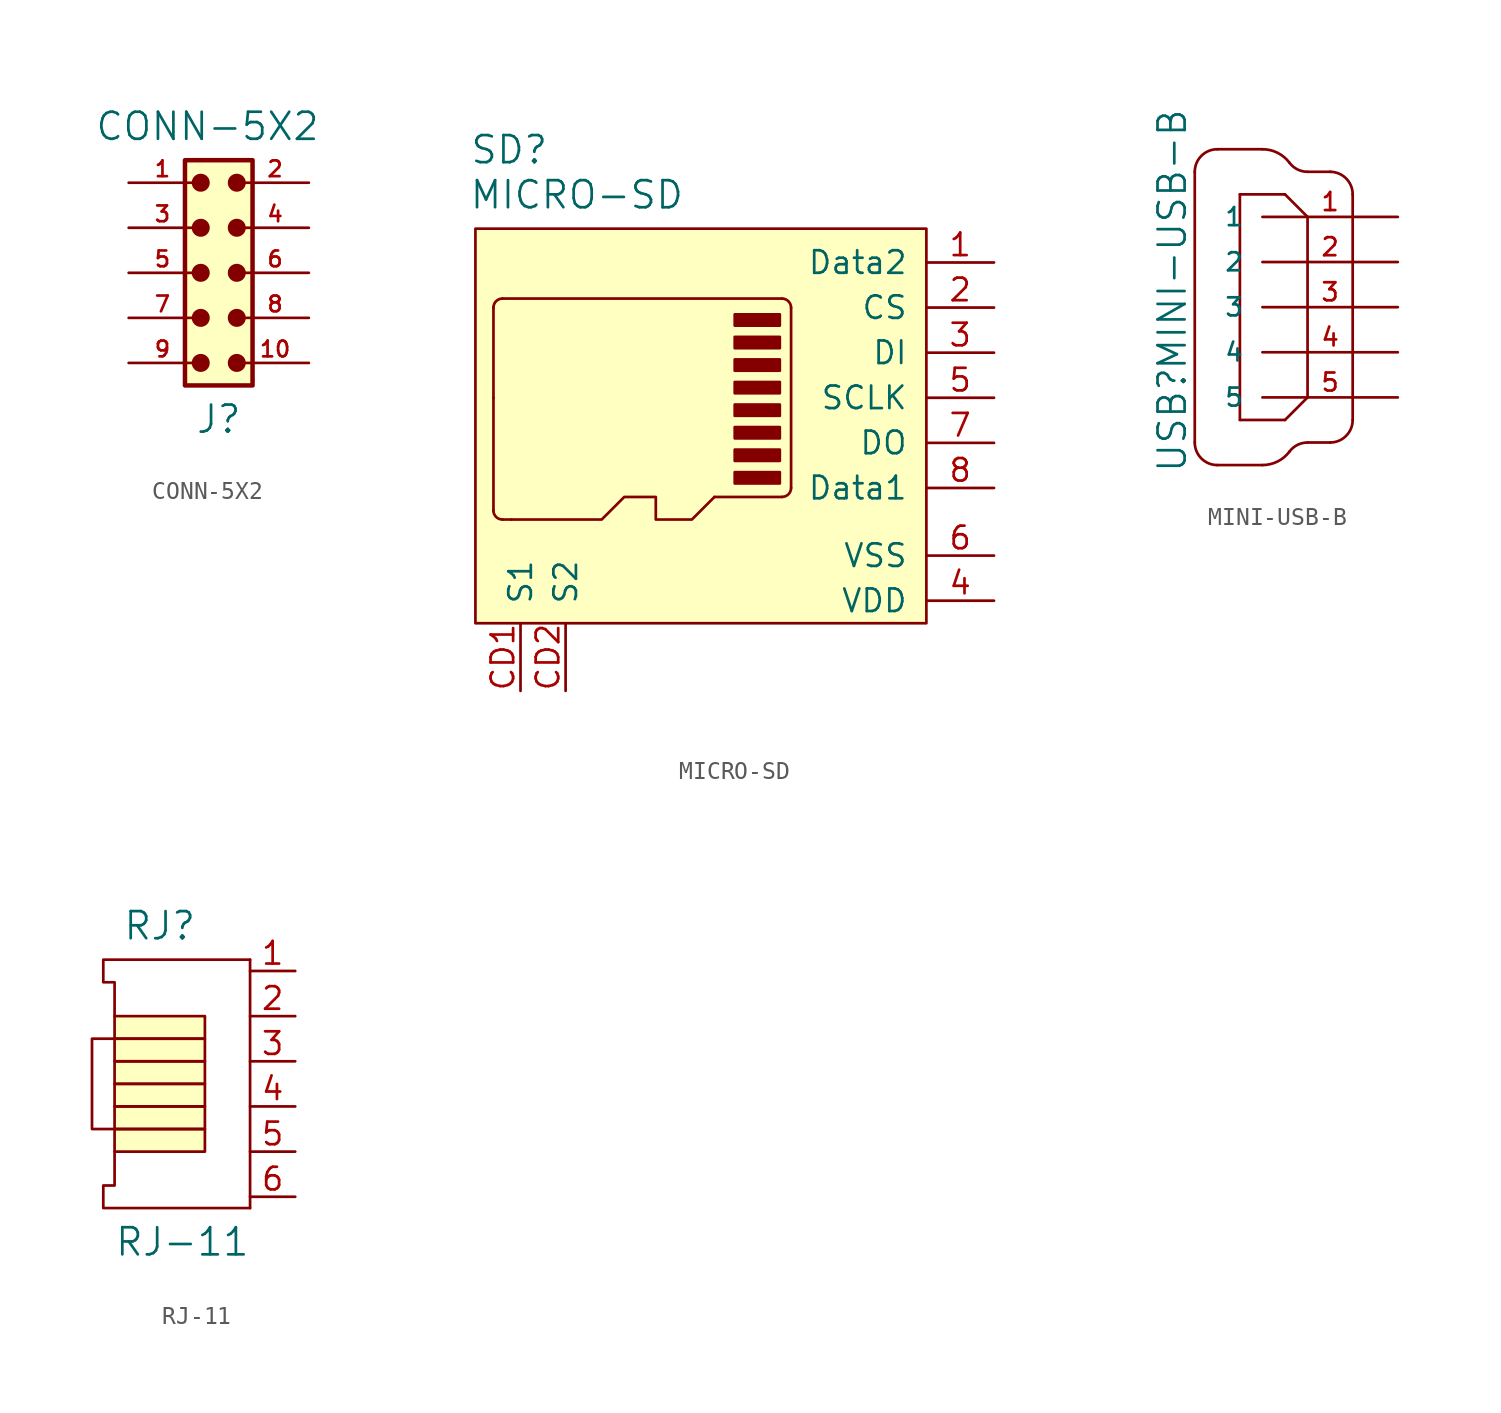
<source format=kicad_sym>
(kicad_symbol_lib
  (version 20211014)
  (generator kicad_symbol_editor)
  (symbol "CONN-5X2"
    (pin_names
      (offset 1.016))
    (property "Reference" "J"
      (at 0 -8.255 0)
      (effects (font (size 1.524 1.524))))
    (property "Value" "CONN-5X2"
      (at -0.635 8.255 0)
      (effects (font (size 1.524 1.524))))
    (property "Footprint" ""
      (at -1.27 0 0)
      (effects (font (size 1.524 1.524))))
    (property "Datasheet" ""
      (at -1.27 0 0)
      (effects (font (size 1.524 1.524))))
    (symbol "CONN-5X2_0_1"
      (circle (center -1.016 -5.08) (radius 0.254) (stroke (width 0.508) (type default) (color 0 0 0 0)) (fill (type none)))
      (circle (center -1.016 -2.54) (radius 0.254) (stroke (width 0.508) (type default) (color 0 0 0 0)) (fill (type none)))
      (circle (center -1.016 0) (radius 0.254) (stroke (width 0.508) (type default) (color 0 0 0 0)) (fill (type none)))
      (circle (center -1.016 2.54) (radius 0.254) (stroke (width 0.508) (type default) (color 0 0 0 0)) (fill (type none)))
      (circle (center -1.016 5.08) (radius 0.254) (stroke (width 0.508) (type default) (color 0 0 0 0)) (fill (type none)))
      (circle (center 1.016 -5.08) (radius 0.254) (stroke (width 0.508) (type default) (color 0 0 0 0)) (fill (type none)))
      (circle (center 1.016 -2.54) (radius 0.254) (stroke (width 0.508) (type default) (color 0 0 0 0)) (fill (type none)))
      (circle (center 1.016 0) (radius 0.254) (stroke (width 0.508) (type default) (color 0 0 0 0)) (fill (type none)))
      (circle (center 1.016 2.54) (radius 0.254) (stroke (width 0.508) (type default) (color 0 0 0 0)) (fill (type none)))
      (circle (center 1.016 5.08) (radius 0.254) (stroke (width 0.508) (type default) (color 0 0 0 0)) (fill (type none)))
      (rectangle (start 1.905 -6.35) (end -1.905 6.35) (stroke (width 0.254) (type default) (color 0 0 0 0)) (fill (type background))))
    (symbol "CONN-5X2_1_1"
      (pin passive line (at -5.08 5.08 0) (length 3.81) (name "~" (effects (font (size 1.27 1.27)))) (number "1" (effects (font (size 0.889 0.889)))))
      (pin passive line (at 5.08 -5.08 180) (length 3.81) (name "~" (effects (font (size 1.27 1.27)))) (number "10" (effects (font (size 0.889 0.889)))))
      (pin passive line (at 5.08 5.08 180) (length 3.81) (name "~" (effects (font (size 1.27 1.27)))) (number "2" (effects (font (size 0.889 0.889)))))
      (pin passive line (at -5.08 2.54 0) (length 3.81) (name "~" (effects (font (size 1.27 1.27)))) (number "3" (effects (font (size 0.889 0.889)))))
      (pin passive line (at 5.08 2.54 180) (length 3.81) (name "~" (effects (font (size 1.27 1.27)))) (number "4" (effects (font (size 0.889 0.889)))))
      (pin passive line (at -5.08 0 0) (length 3.81) (name "~" (effects (font (size 1.27 1.27)))) (number "5" (effects (font (size 0.889 0.889)))))
      (pin passive line (at 5.08 0 180) (length 3.81) (name "~" (effects (font (size 1.27 1.27)))) (number "6" (effects (font (size 0.889 0.889)))))
      (pin passive line (at -5.08 -2.54 0) (length 3.81) (name "~" (effects (font (size 1.27 1.27)))) (number "7" (effects (font (size 0.889 0.889)))))
      (pin passive line (at 5.08 -2.54 180) (length 3.81) (name "~" (effects (font (size 1.27 1.27)))) (number "8" (effects (font (size 0.889 0.889)))))
      (pin passive line (at -5.08 -5.08 0) (length 3.81) (name "~" (effects (font (size 1.27 1.27)))) (number "9" (effects (font (size 0.889 0.889)))))))
  (symbol "MICRO-SD"
    (pin_names
      (offset 1.016))
    (property "Reference" "SD"
      (at -12.065 16.51 0)
      (effects (font (size 1.524 1.524))))
    (property "Value" "MICRO-SD"
      (at -8.255 13.97 0)
      (effects (font (size 1.524 1.524))))
    (property "Datasheet" ""
      (at -1.27 2.54 0)
      (effects (font (size 1.524 1.524))))
    (symbol "MICRO-SD_0_1"
      (rectangle (start -13.97 12.065) (end 11.43 -10.16) (stroke (width 0) (type default) (color 0 0 0 0)) (fill (type background)))
      (arc (start -12.954 -3.81) (mid -12.8052 -4.1692) (end -12.446 -4.318) (stroke (width 0) (type default) (color 0 0 0 0)) (fill (type none)))
      (arc (start -12.446 8.128) (mid -12.8052 7.9792) (end -12.954 7.62) (stroke (width 0) (type default) (color 0 0 0 0)) (fill (type none)))
      (polyline (pts (xy -12.954 2.54) (xy -12.954 -3.81)) (stroke (width 0) (type default) (color 0 0 0 0)) (fill (type none)))
      (polyline (pts (xy -12.954 7.62) (xy -12.954 2.54)) (stroke (width 0) (type default) (color 0 0 0 0)) (fill (type none)))
      (polyline (pts (xy -11.938 -4.318) (xy -12.446 -4.318)) (stroke (width 0) (type default) (color 0 0 0 0)) (fill (type none)))
      (polyline (pts (xy 3.302 -3.048) (xy -0.508 -3.048)) (stroke (width 0) (type default) (color 0 0 0 0)) (fill (type none)))
      (polyline (pts (xy 3.302 8.128) (xy -12.446 8.128)) (stroke (width 0) (type default) (color 0 0 0 0)) (fill (type none)))
      (polyline (pts (xy 3.81 7.62) (xy 3.81 -2.54)) (stroke (width 0) (type default) (color 0 0 0 0)) (fill (type none)))
      (rectangle (start 3.175 -1.651) (end 0.635 -2.286) (stroke (width 0) (type default) (color 0 0 0 0)) (fill (type outline)))
      (rectangle (start 3.175 -0.381) (end 0.635 -1.016) (stroke (width 0) (type default) (color 0 0 0 0)) (fill (type outline)))
      (rectangle (start 3.175 0.889) (end 0.635 0.254) (stroke (width 0) (type default) (color 0 0 0 0)) (fill (type outline)))
      (rectangle (start 3.175 2.159) (end 0.635 1.524) (stroke (width 0) (type default) (color 0 0 0 0)) (fill (type outline)))
      (rectangle (start 3.175 3.429) (end 0.635 2.794) (stroke (width 0) (type default) (color 0 0 0 0)) (fill (type outline)))
      (rectangle (start 3.175 4.699) (end 0.635 4.064) (stroke (width 0) (type default) (color 0 0 0 0)) (fill (type outline)))
      (rectangle (start 3.175 5.969) (end 0.635 5.334) (stroke (width 0) (type default) (color 0 0 0 0)) (fill (type outline)))
      (rectangle (start 3.175 7.239) (end 0.635 6.604) (stroke (width 0) (type default) (color 0 0 0 0)) (fill (type outline)))
      (arc (start 3.302 -3.048) (mid 3.6612 -2.8992) (end 3.81 -2.54) (stroke (width 0) (type default) (color 0 0 0 0)) (fill (type none)))
      (arc (start 3.81 7.62) (mid 3.6612 7.9792) (end 3.302 8.128) (stroke (width 0) (type default) (color 0 0 0 0)) (fill (type none))))
    (symbol "MICRO-SD_1_1"
      (polyline (pts (xy -0.508 -3.048) (xy -1.778 -4.318) (xy -3.81 -4.318) (xy -3.81 -3.048) (xy -5.588 -3.048) (xy -6.858 -4.318) (xy -11.938 -4.318)) (stroke (width 0) (type default) (color 0 0 0 0)) (fill (type none)))
      (pin bidirectional line (at 15.24 10.16 180) (length 3.81) (name "Data2" (effects (font (size 1.27 1.27)))) (number "1" (effects (font (size 1.27 1.27)))))
      (pin bidirectional line (at 15.24 7.62 180) (length 3.81) (name "CS" (effects (font (size 1.27 1.27)))) (number "2" (effects (font (size 1.27 1.27)))))
      (pin bidirectional line (at 15.24 5.08 180) (length 3.81) (name "DI" (effects (font (size 1.27 1.27)))) (number "3" (effects (font (size 1.27 1.27)))))
      (pin power_in line (at 15.24 -8.89 180) (length 3.81) (name "VDD" (effects (font (size 1.27 1.27)))) (number "4" (effects (font (size 1.27 1.27)))))
      (pin bidirectional line (at 15.24 2.54 180) (length 3.81) (name "SCLK" (effects (font (size 1.27 1.27)))) (number "5" (effects (font (size 1.27 1.27)))))
      (pin power_in line (at 15.24 -6.35 180) (length 3.81) (name "VSS" (effects (font (size 1.27 1.27)))) (number "6" (effects (font (size 1.27 1.27)))))
      (pin bidirectional line (at 15.24 0 180) (length 3.81) (name "DO" (effects (font (size 1.27 1.27)))) (number "7" (effects (font (size 1.27 1.27)))))
      (pin bidirectional line (at 15.24 -2.54 180) (length 3.81) (name "Data1" (effects (font (size 1.27 1.27)))) (number "8" (effects (font (size 1.27 1.27)))))
      (pin input line (at -11.43 -13.97 90) (length 3.81) (name "S1" (effects (font (size 1.27 1.27)))) (number "CD1" (effects (font (size 1.27 1.27)))))
      (pin input line (at -8.89 -13.97 90) (length 3.81) (name "S2" (effects (font (size 1.27 1.27)))) (number "CD2" (effects (font (size 1.27 1.27)))))))
  (symbol "MINI-USB-B"
    (pin_names
      (offset 1.016))
    (property "Reference" "USB"
      (at -5.08 -6.35 90)
      (effects (font (size 1.524 1.524))))
    (property "Value" "MINI-USB-B"
      (at -5.08 3.81 90)
      (effects (font (size 1.524 1.524))))
    (property "Footprint" ""
      (at 2.54 0 0)
      (effects (font (size 1.524 1.524))))
    (property "Datasheet" ""
      (at 2.54 0 0)
      (effects (font (size 1.524 1.524))))
    (symbol "MINI-USB-B_1_0"
      (polyline (pts (xy -3.81 -7.62) (xy -3.81 7.62)) (stroke (width 0) (type default) (color 0 0 0 0)) (fill (type none)))
      (polyline (pts (xy -1.27 -6.35) (xy -1.27 6.35)) (stroke (width 0) (type default) (color 0 0 0 0)) (fill (type none)))
      (polyline (pts (xy -1.27 6.35) (xy 1.27 6.35)) (stroke (width 0) (type default) (color 0 0 0 0)) (fill (type none)))
      (polyline (pts (xy 0 -8.89) (xy -2.54 -8.89)) (stroke (width 0) (type default) (color 0 0 0 0)) (fill (type none)))
      (polyline (pts (xy 0 8.89) (xy -2.54 8.89)) (stroke (width 0) (type default) (color 0 0 0 0)) (fill (type none)))
      (polyline (pts (xy 1.27 -6.35) (xy -1.27 -6.35)) (stroke (width 0) (type default) (color 0 0 0 0)) (fill (type none)))
      (polyline (pts (xy 1.27 6.35) (xy 2.54 5.08)) (stroke (width 0) (type default) (color 0 0 0 0)) (fill (type none)))
      (polyline (pts (xy 2.54 -5.08) (xy 1.27 -6.35)) (stroke (width 0) (type default) (color 0 0 0 0)) (fill (type none)))
      (polyline (pts (xy 2.54 5.08) (xy 2.54 -5.08)) (stroke (width 0) (type default) (color 0 0 0 0)) (fill (type none)))
      (polyline (pts (xy 3.81 -7.62) (xy 2.54 -7.62)) (stroke (width 0) (type default) (color 0 0 0 0)) (fill (type none)))
      (polyline (pts (xy 3.81 7.62) (xy 2.54 7.62)) (stroke (width 0) (type default) (color 0 0 0 0)) (fill (type none)))
      (polyline (pts (xy 5.08 6.35) (xy 5.08 -6.35)) (stroke (width 0) (type default) (color 0 0 0 0)) (fill (type none))))
    (symbol "MINI-USB-B_1_1"
      (arc (start -3.81 -7.62) (mid -3.438 -8.518) (end -2.54 -8.89) (stroke (width 0) (type default) (color 0 0 0 0)) (fill (type none)))
      (arc (start -2.54 8.89) (mid -3.438 8.518) (end -3.81 7.62) (stroke (width 0) (type default) (color 0 0 0 0)) (fill (type none)))
      (arc (start 0 -8.89) (mid 0.8519 -8.6889) (end 1.524 -8.128) (stroke (width 0) (type default) (color 0 0 0 0)) (fill (type none)))
      (arc (start 1.524 8.128) (mid 0.8519 8.6889) (end 0 8.89) (stroke (width 0) (type default) (color 0 0 0 0)) (fill (type none)))
      (arc (start 1.524 8.128) (mid 1.972 7.7541) (end 2.54 7.62) (stroke (width 0) (type default) (color 0 0 0 0)) (fill (type none)))
      (arc (start 2.54 -7.62) (mid 1.972 -7.7541) (end 1.524 -8.128) (stroke (width 0) (type default) (color 0 0 0 0)) (fill (type none)))
      (arc (start 3.81 -7.62) (mid 4.708 -7.248) (end 5.08 -6.35) (stroke (width 0) (type default) (color 0 0 0 0)) (fill (type none)))
      (arc (start 5.08 6.35) (mid 4.708 7.248) (end 3.81 7.62) (stroke (width 0) (type default) (color 0 0 0 0)) (fill (type none)))
      (pin passive line (at 7.62 5.08 180) (length 7.62) (name "1" (effects (font (size 1.016 1.016)))) (number "1" (effects (font (size 1.016 1.016)))))
      (pin passive line (at 7.62 2.54 180) (length 7.62) (name "2" (effects (font (size 1.016 1.016)))) (number "2" (effects (font (size 1.016 1.016)))))
      (pin passive line (at 7.62 0 180) (length 7.62) (name "3" (effects (font (size 1.016 1.016)))) (number "3" (effects (font (size 1.016 1.016)))))
      (pin passive line (at 7.62 -2.54 180) (length 7.62) (name "4" (effects (font (size 1.016 1.016)))) (number "4" (effects (font (size 1.016 1.016)))))
      (pin passive line (at 7.62 -5.08 180) (length 7.62) (name "5" (effects (font (size 1.016 1.016)))) (number "5" (effects (font (size 1.016 1.016)))))))
  (symbol "RJ-11"
    (pin_names
      (offset 1.016))
    (property "Reference" "RJ"
      (at -1.27 8.89 0)
      (effects (font (size 1.524 1.524))))
    (property "Value" "RJ-11"
      (at 0 -8.89 0)
      (effects (font (size 1.524 1.524))))
    (property "Footprint" ""
      (at 1.27 -5.08 0)
      (effects (font (size 1.524 1.524))))
    (property "Datasheet" ""
      (at 1.27 -5.08 0)
      (effects (font (size 1.524 1.524))))
    (symbol "RJ-11_0_1"
      (rectangle (start -3.81 -3.81) (end 1.27 -2.54) (stroke (width 0) (type default) (color 0 0 0 0)) (fill (type background)))
      (rectangle (start -3.81 -2.54) (end 1.27 -1.27) (stroke (width 0) (type default) (color 0 0 0 0)) (fill (type background)))
      (rectangle (start -3.81 -1.27) (end 1.27 0) (stroke (width 0) (type default) (color 0 0 0 0)) (fill (type background)))
      (rectangle (start -3.81 0) (end 1.27 1.27) (stroke (width 0) (type default) (color 0 0 0 0)) (fill (type background)))
      (rectangle (start -3.81 3.81) (end 1.27 2.54) (stroke (width 0) (type default) (color 0 0 0 0)) (fill (type background)))
      (polyline (pts (xy 3.81 6.985) (xy 3.81 -6.985)) (stroke (width 0) (type default) (color 0 0 0 0)) (fill (type none)))
      (polyline (pts (xy -3.81 2.54) (xy -5.08 2.54) (xy -5.08 -2.54) (xy -3.81 -2.54)) (stroke (width 0) (type default) (color 0 0 0 0)) (fill (type none)))
      (polyline (pts (xy 3.81 -6.985) (xy -4.445 -6.985) (xy -4.445 -5.715) (xy -3.81 -5.715) (xy -3.81 -3.81)) (stroke (width 0) (type default) (color 0 0 0 0)) (fill (type none)))
      (polyline (pts (xy 3.81 6.985) (xy -4.445 6.985) (xy -4.445 5.715) (xy -3.81 5.715) (xy -3.81 3.81)) (stroke (width 0) (type default) (color 0 0 0 0)) (fill (type none)))
      (rectangle (start 1.27 2.54) (end -3.81 1.27) (stroke (width 0) (type default) (color 0 0 0 0)) (fill (type background))))
    (symbol "RJ-11_1_1"
      (pin input line (at 6.35 6.35 180) (length 2.54) (name "~" (effects (font (size 1.27 1.27)))) (number "1" (effects (font (size 1.27 1.27)))))
      (pin input line (at 6.35 3.81 180) (length 2.54) (name "~" (effects (font (size 1.27 1.27)))) (number "2" (effects (font (size 1.27 1.27)))))
      (pin input line (at 6.35 1.27 180) (length 2.54) (name "~" (effects (font (size 1.27 1.27)))) (number "3" (effects (font (size 1.27 1.27)))))
      (pin input line (at 6.35 -1.27 180) (length 2.54) (name "~" (effects (font (size 1.27 1.27)))) (number "4" (effects (font (size 1.27 1.27)))))
      (pin input line (at 6.35 -3.81 180) (length 2.54) (name "~" (effects (font (size 1.27 1.27)))) (number "5" (effects (font (size 1.27 1.27)))))
      (pin input line (at 6.35 -6.35 180) (length 2.54) (name "~" (effects (font (size 1.27 1.27)))) (number "6" (effects (font (size 1.27 1.27))))))))
</source>
